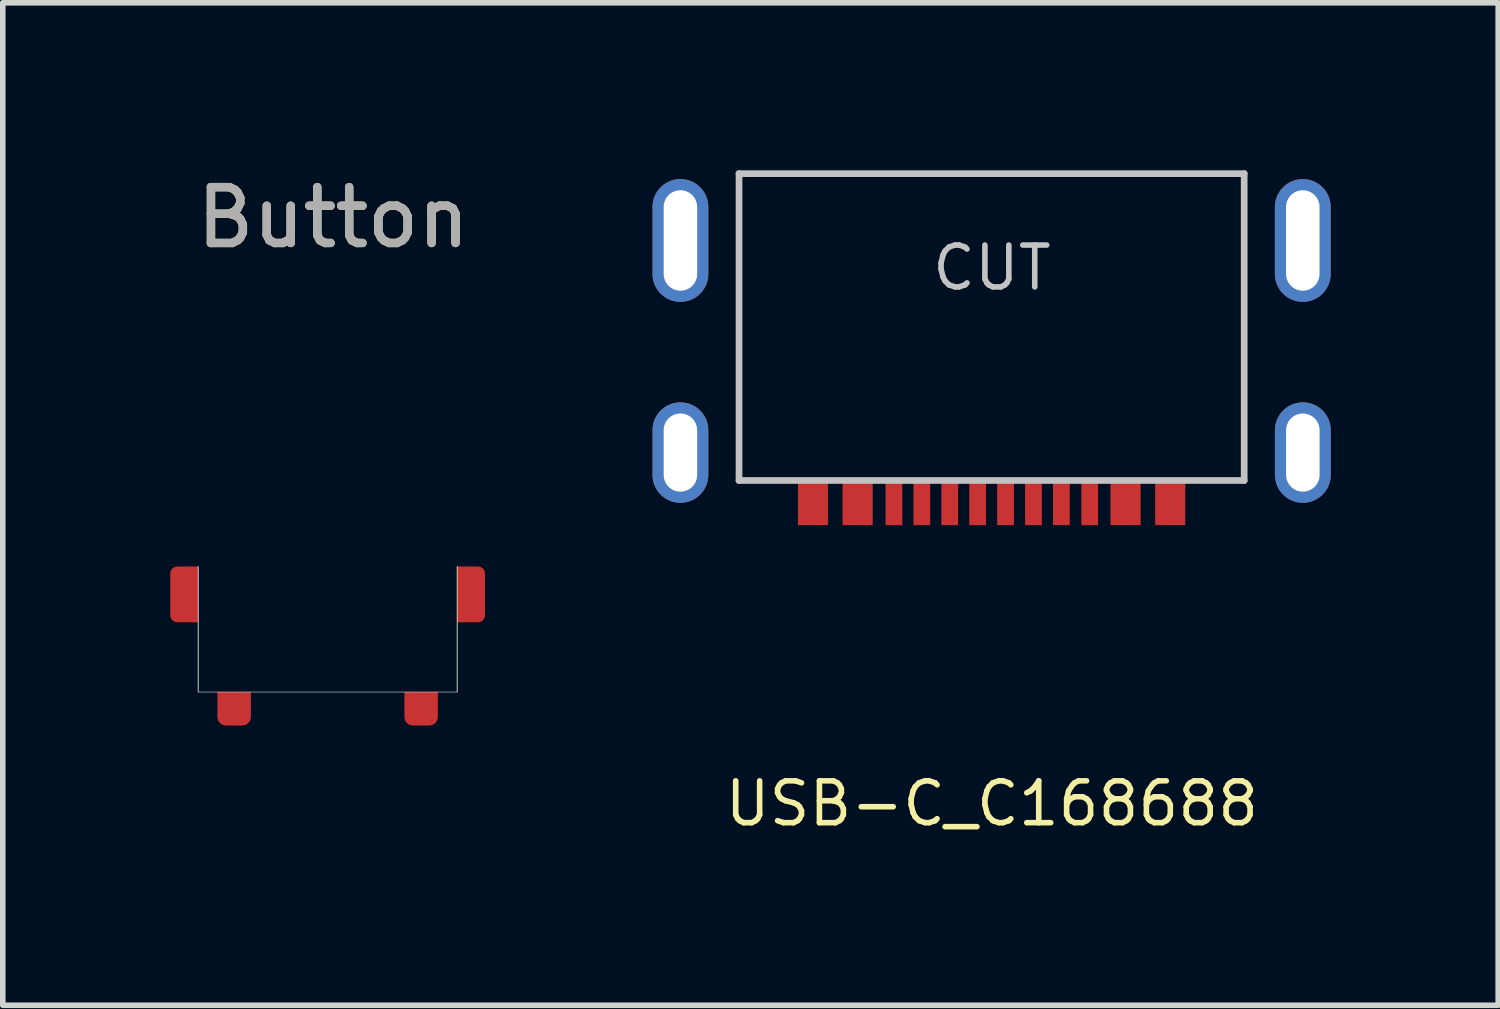
<source format=kicad_pcb>
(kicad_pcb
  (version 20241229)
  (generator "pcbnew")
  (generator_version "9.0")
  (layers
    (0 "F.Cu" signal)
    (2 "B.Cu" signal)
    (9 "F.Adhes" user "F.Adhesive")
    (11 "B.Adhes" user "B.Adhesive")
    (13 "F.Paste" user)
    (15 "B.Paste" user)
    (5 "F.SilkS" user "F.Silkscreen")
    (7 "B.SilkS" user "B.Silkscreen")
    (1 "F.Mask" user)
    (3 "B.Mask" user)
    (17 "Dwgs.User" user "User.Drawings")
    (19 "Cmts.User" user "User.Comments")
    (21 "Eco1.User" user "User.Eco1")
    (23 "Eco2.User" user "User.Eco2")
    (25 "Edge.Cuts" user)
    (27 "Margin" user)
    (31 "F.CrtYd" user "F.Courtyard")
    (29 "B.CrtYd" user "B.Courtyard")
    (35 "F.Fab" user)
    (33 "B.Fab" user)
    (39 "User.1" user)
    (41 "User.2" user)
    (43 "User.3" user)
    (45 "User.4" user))
  (footprint "USB-C_C168688"
    (layer "F.Cu")
    (at 14.72 5.558)
    (property "Reference" "USB-C_C168688" (at 0 5.789 0) (layer "F.SilkS") (effects (font (size 0.75 0.75) (thickness 0.1))))
    (attr through_hole)
    (fp_line (start -4.53 -5.497) (end -4.53 0) (stroke (width 0.12) (type solid)) (layer "Dwgs.User"))
    (fp_line (start -4.53 -5.497) (end 4.52 -5.497) (stroke (width 0.12) (type solid)) (layer "Dwgs.User"))
    (fp_line (start -4.53 0) (end 4.52 0) (stroke (width 0.12) (type solid)) (layer "Dwgs.User"))
    (fp_line (start 4.52 -5.497) (end 4.52 0) (stroke (width 0.12) (type solid)) (layer "Dwgs.User"))
    (fp_text user "CUT" (at 0 -3.81 0) (layer "Dwgs.User") (effects (font (size 0.75 0.75) (thickness 0.1))))
    (pad "A1" smd rect (at -3.205 0.4) (size 0.54 0.8) (layers "F.Cu" "F.Mask" "F.Paste"))
    (pad "A1" smd rect (at 3.195 0.4) (size 0.54 0.8) (layers "F.Cu" "F.Mask" "F.Paste"))
    (pad "A4" smd rect (at -2.405 0.4) (size 0.54 0.8) (layers "F.Cu" "F.Mask" "F.Paste"))
    (pad "A4" smd rect (at 2.395 0.4) (size 0.54 0.8) (layers "F.Cu" "F.Mask" "F.Paste"))
    (pad "A5" smd rect (at 1.245 0.4) (size 0.3 0.8) (layers "F.Cu" "F.Mask" "F.Paste"))
    (pad "A6" smd rect (at 0.245 0.4) (size 0.3 0.8) (layers "F.Cu" "F.Mask" "F.Paste"))
    (pad "A7" smd rect (at -0.255 0.4) (size 0.3 0.8) (layers "F.Cu" "F.Mask" "F.Paste"))
    (pad "A8" smd rect (at -1.255 0.4) (size 0.3 0.8) (layers "F.Cu" "F.Mask" "F.Paste"))
    (pad "B5" smd rect (at -1.755 0.4) (size 0.3 0.8) (layers "F.Cu" "F.Mask" "F.Paste"))
    (pad "B6" smd rect (at -0.755 0.4) (size 0.3 0.8) (layers "F.Cu" "F.Mask" "F.Paste"))
    (pad "B7" smd rect (at 0.745 0.4) (size 0.3 0.8) (layers "F.Cu" "F.Mask" "F.Paste"))
    (pad "B8" smd rect (at 1.753 0.4) (size 0.3 0.8) (layers "F.Cu" "F.Mask" "F.Paste"))
    (pad "S1" thru_hole oval (at -5.58 -4.3) (size 1 2.2) (drill oval 0.6 1.8) (layers "*.Cu" "*.Mask"))
    (pad "S1" thru_hole oval (at -5.58 -0.5) (size 1 1.8) (drill oval 0.6 1.4) (layers "*.Cu" "*.Mask"))
    (pad "S1" thru_hole oval (at 5.57 -4.3) (size 1 2.2) (drill oval 0.6 1.8) (layers "*.Cu" "*.Mask"))
    (pad "S1" thru_hole oval (at 5.571 -0.5) (size 1 1.8) (drill oval 0.6 1.4) (layers "*.Cu" "*.Mask")))
  (footprint "Button"
    (layer "F.Cu")
    (at 2.82 9.348)
    (property "Reference" "Button" (at 0.1 -8.5 0) (unlocked yes) (layer "F.SilkS") (effects (font (size 1 1) (thickness 0.15))))
    (attr smd)
    (fp_line (start -2.32 0) (end -2.32 -2.25) (stroke (width 0.01) (type solid)) (layer "F.SilkS"))
    (fp_line (start 2.32 0) (end 2.32 -2.25) (stroke (width 0.01) (type solid)) (layer "F.SilkS"))
    (fp_line (start -2.32 0) (end -2.32 -2.25) (stroke (width 0.01) (type solid)) (layer "Edge.Cuts"))
    (fp_line (start 2.32 0) (end -2.32 0) (stroke (width 0.01) (type solid)) (layer "Edge.Cuts"))
    (fp_line (start 2.32 0) (end 2.32 -2.25) (stroke (width 0.01) (type solid)) (layer "Edge.Cuts"))
    (fp_line (start -2.32 -1.75) (end -2.57 -1.75) (stroke (width 0.12) (type solid)) (layer "User.1"))
    (fp_line (start -2.32 0) (end -2.32 -1.75) (stroke (width 0.12) (type solid)) (layer "User.1"))
    (fp_line (start -1.595 0.15) (end -1.595 0) (stroke (width 0.12) (type solid)) (layer "User.1"))
    (fp_line (start -1.295 0) (end -1.595 0) (stroke (width 0.12) (type solid)) (layer "User.1"))
    (fp_line (start 1.375 0) (end 1.675 0) (stroke (width 0.12) (type solid)) (layer "User.1"))
    (fp_line (start 1.675 0.15) (end 1.675 0) (stroke (width 0.12) (type solid)) (layer "User.1"))
    (fp_line (start 2.73 -1.75) (end 2.48 -1.75) (stroke (width 0.12) (type solid)) (layer "User.1"))
    (fp_text user "${REFERENCE}" (at 0.1 -8.5 0) (unlocked yes) (layer "F.Fab") (effects (font (size 1 1) (thickness 0.15))))
    (pad "1" smd roundrect (at -2.57 -1.75) (size 0.5 1) (layers "F.Cu" "F.Mask" "F.Paste") (roundrect_rratio 0.25) (chamfer_ratio 0) (chamfer top_right bottom_right))
    (pad "1" smd roundrect (at 2.57 -1.75 180) (size 0.5 1) (layers "F.Cu" "F.Mask" "F.Paste") (roundrect_rratio 0.25) (chamfer_ratio 0) (chamfer top_right bottom_right))
    (pad "2" smd roundrect (at -1.675 0.3 90) (size 0.6 0.6) (layers "F.Cu" "F.Mask" "F.Paste") (roundrect_rratio 0.25) (chamfer_ratio 0) (chamfer top_right bottom_right))
    (pad "3" smd roundrect (at 1.675 0.3 90) (size 0.6 0.6) (layers "F.Cu" "F.Mask" "F.Paste") (roundrect_rratio 0.25) (chamfer_ratio 0) (chamfer top_right bottom_right)))
  (gr_rect
    (start -3 -3)
    (end 23.791 14.96)
    (stroke (width 0.1) (type default))
    (fill no)
    (layer "Edge.Cuts")))
</source>
